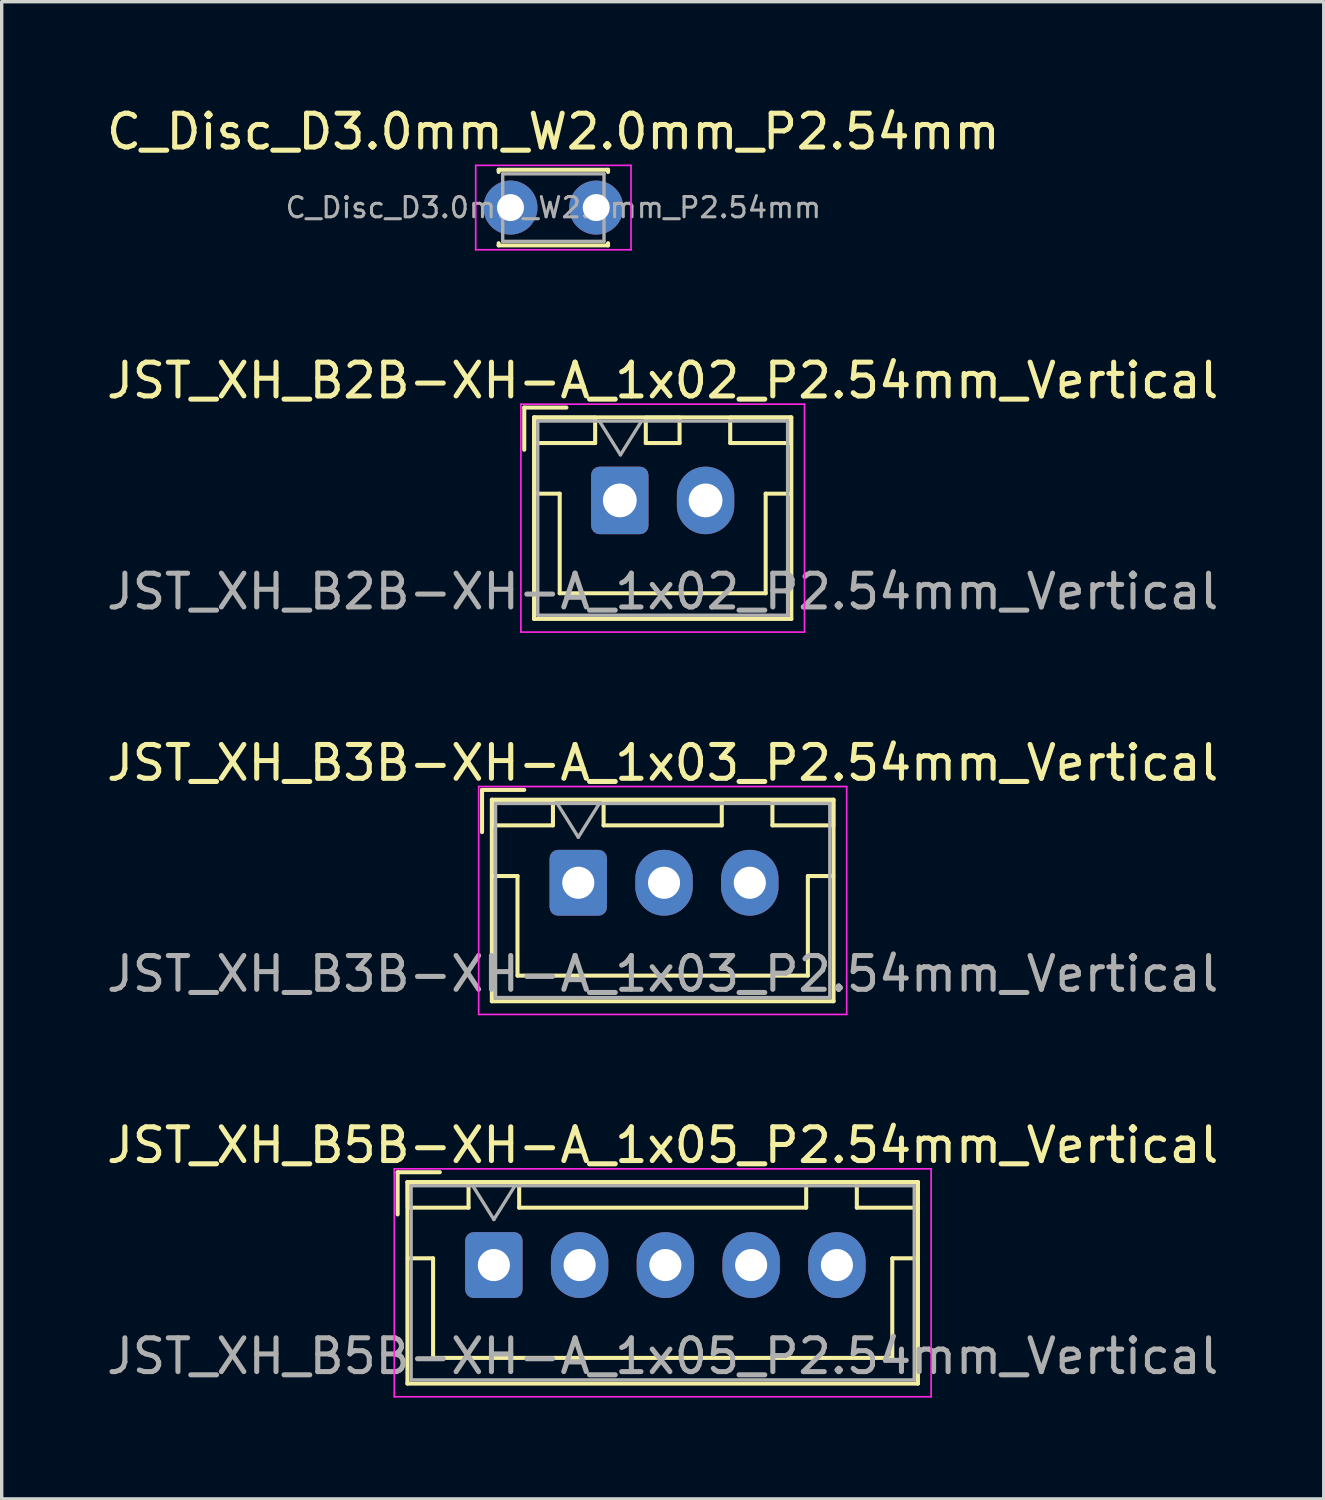
<source format=kicad_pcb>
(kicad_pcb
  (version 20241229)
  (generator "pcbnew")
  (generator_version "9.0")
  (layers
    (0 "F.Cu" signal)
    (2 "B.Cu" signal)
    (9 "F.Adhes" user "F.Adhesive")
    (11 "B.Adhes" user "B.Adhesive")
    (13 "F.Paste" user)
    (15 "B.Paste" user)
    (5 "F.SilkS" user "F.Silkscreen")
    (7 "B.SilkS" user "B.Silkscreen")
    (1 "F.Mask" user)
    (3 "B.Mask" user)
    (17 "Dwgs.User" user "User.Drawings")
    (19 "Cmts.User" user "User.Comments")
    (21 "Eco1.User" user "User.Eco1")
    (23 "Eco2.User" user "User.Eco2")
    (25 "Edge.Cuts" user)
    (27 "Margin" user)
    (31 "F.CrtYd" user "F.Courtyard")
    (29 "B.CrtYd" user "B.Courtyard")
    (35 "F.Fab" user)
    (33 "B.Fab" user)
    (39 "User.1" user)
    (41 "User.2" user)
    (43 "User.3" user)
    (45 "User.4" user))
  (footprint "C_Disc_D3.0mm_W2.0mm_P2.54mm"
    (layer "F.Cu")
    (at 12.089 3.098)
    (property "Reference" "C_Disc_D3.0mm_W2.0mm_P2.54mm" (at 1.25 -2.25 0) (layer "F.SilkS") (effects (font (size 1 1) (thickness 0.15))))
    (attr through_hole)
    (fp_line (start -0.37 -1.12) (end -0.37 -1.055) (stroke (width 0.12) (type solid)) (layer "F.SilkS"))
    (fp_line (start -0.37 -1.12) (end 2.87 -1.12) (stroke (width 0.12) (type solid)) (layer "F.SilkS"))
    (fp_line (start -0.37 1.055) (end -0.37 1.12) (stroke (width 0.12) (type solid)) (layer "F.SilkS"))
    (fp_line (start -0.37 1.12) (end 2.87 1.12) (stroke (width 0.12) (type solid)) (layer "F.SilkS"))
    (fp_line (start 2.87 -1.12) (end 2.87 -1.055) (stroke (width 0.12) (type solid)) (layer "F.SilkS"))
    (fp_line (start 2.87 1.055) (end 2.87 1.12) (stroke (width 0.12) (type solid)) (layer "F.SilkS"))
    (fp_line (start -1.05 -1.25) (end -1.05 1.25) (stroke (width 0.05) (type solid)) (layer "F.CrtYd"))
    (fp_line (start -1.05 1.25) (end 3.55 1.25) (stroke (width 0.05) (type solid)) (layer "F.CrtYd"))
    (fp_line (start 3.55 -1.25) (end -1.05 -1.25) (stroke (width 0.05) (type solid)) (layer "F.CrtYd"))
    (fp_line (start 3.55 1.25) (end 3.55 -1.25) (stroke (width 0.05) (type solid)) (layer "F.CrtYd"))
    (fp_line (start -0.25 -1) (end -0.25 1) (stroke (width 0.1) (type solid)) (layer "F.Fab"))
    (fp_line (start -0.25 1) (end 2.75 1) (stroke (width 0.1) (type solid)) (layer "F.Fab"))
    (fp_line (start 2.75 -1) (end -0.25 -1) (stroke (width 0.1) (type solid)) (layer "F.Fab"))
    (fp_line (start 2.75 1) (end 2.75 -1) (stroke (width 0.1) (type solid)) (layer "F.Fab"))
    (fp_text user "${REFERENCE}" (at 1.25 0 0) (layer "F.Fab") (effects (font (size 0.6 0.6) (thickness 0.09))))
    (pad "1" thru_hole circle (at -0.02 0) (size 1.6 1.6) (drill 0.8) (layers "*.Cu" "*.Mask"))
    (pad "2" thru_hole circle (at 2.52 0) (size 1.6 1.6) (drill 0.8) (layers "*.Cu" "*.Mask")))
  (footprint "JST_XH_B5B-XH-A_1x05_P2.54mm_Vertical"
    (layer "F.Cu")
    (at 11.577 34.418)
    (property "Reference" "JST_XH_B5B-XH-A_1x05_P2.54mm_Vertical" (at 5 -3.55 0) (layer "F.SilkS") (effects (font (size 1 1) (thickness 0.15))))
    (attr through_hole)
    (fp_line (start -2.85 -2.75) (end -2.85 -1.5) (stroke (width 0.12) (type solid)) (layer "F.SilkS"))
    (fp_line (start -2.56 -2.46) (end -2.56 3.51) (stroke (width 0.12) (type solid)) (layer "F.SilkS"))
    (fp_line (start -2.56 3.51) (end 12.56 3.51) (stroke (width 0.12) (type solid)) (layer "F.SilkS"))
    (fp_line (start -2.55 -2.45) (end -2.55 -1.7) (stroke (width 0.12) (type solid)) (layer "F.SilkS"))
    (fp_line (start -2.55 -1.7) (end -0.75 -1.7) (stroke (width 0.12) (type solid)) (layer "F.SilkS"))
    (fp_line (start -2.55 -0.2) (end -1.8 -0.2) (stroke (width 0.12) (type solid)) (layer "F.SilkS"))
    (fp_line (start -1.8 -0.2) (end -1.8 2.75) (stroke (width 0.12) (type solid)) (layer "F.SilkS"))
    (fp_line (start -1.8 2.75) (end 5 2.75) (stroke (width 0.12) (type solid)) (layer "F.SilkS"))
    (fp_line (start -1.6 -2.75) (end -2.85 -2.75) (stroke (width 0.12) (type solid)) (layer "F.SilkS"))
    (fp_line (start -0.75 -2.45) (end -2.55 -2.45) (stroke (width 0.12) (type solid)) (layer "F.SilkS"))
    (fp_line (start -0.75 -1.7) (end -0.75 -2.45) (stroke (width 0.12) (type solid)) (layer "F.SilkS"))
    (fp_line (start 0.75 -2.45) (end 0.75 -1.7) (stroke (width 0.12) (type solid)) (layer "F.SilkS"))
    (fp_line (start 0.75 -1.7) (end 9.25 -1.7) (stroke (width 0.12) (type solid)) (layer "F.SilkS"))
    (fp_line (start 9.25 -2.45) (end 0.75 -2.45) (stroke (width 0.12) (type solid)) (layer "F.SilkS"))
    (fp_line (start 9.25 -1.7) (end 9.25 -2.45) (stroke (width 0.12) (type solid)) (layer "F.SilkS"))
    (fp_line (start 10.75 -2.45) (end 10.75 -1.7) (stroke (width 0.12) (type solid)) (layer "F.SilkS"))
    (fp_line (start 10.75 -1.7) (end 12.55 -1.7) (stroke (width 0.12) (type solid)) (layer "F.SilkS"))
    (fp_line (start 11.8 -0.2) (end 11.8 2.75) (stroke (width 0.12) (type solid)) (layer "F.SilkS"))
    (fp_line (start 11.8 2.75) (end 5 2.75) (stroke (width 0.12) (type solid)) (layer "F.SilkS"))
    (fp_line (start 12.55 -2.45) (end 10.75 -2.45) (stroke (width 0.12) (type solid)) (layer "F.SilkS"))
    (fp_line (start 12.55 -1.7) (end 12.55 -2.45) (stroke (width 0.12) (type solid)) (layer "F.SilkS"))
    (fp_line (start 12.55 -0.2) (end 11.8 -0.2) (stroke (width 0.12) (type solid)) (layer "F.SilkS"))
    (fp_line (start 12.56 -2.46) (end -2.56 -2.46) (stroke (width 0.12) (type solid)) (layer "F.SilkS"))
    (fp_line (start 12.56 3.51) (end 12.56 -2.46) (stroke (width 0.12) (type solid)) (layer "F.SilkS"))
    (fp_line (start -2.95 -2.85) (end -2.95 3.9) (stroke (width 0.05) (type solid)) (layer "F.CrtYd"))
    (fp_line (start -2.95 3.9) (end 12.95 3.9) (stroke (width 0.05) (type solid)) (layer "F.CrtYd"))
    (fp_line (start 12.95 -2.85) (end -2.95 -2.85) (stroke (width 0.05) (type solid)) (layer "F.CrtYd"))
    (fp_line (start 12.95 3.9) (end 12.95 -2.85) (stroke (width 0.05) (type solid)) (layer "F.CrtYd"))
    (fp_line (start -2.45 -2.35) (end -2.45 3.4) (stroke (width 0.1) (type solid)) (layer "F.Fab"))
    (fp_line (start -2.45 3.4) (end 12.45 3.4) (stroke (width 0.1) (type solid)) (layer "F.Fab"))
    (fp_line (start -0.625 -2.35) (end 0 -1.35) (stroke (width 0.1) (type solid)) (layer "F.Fab"))
    (fp_line (start 0 -1.35) (end 0.625 -2.35) (stroke (width 0.1) (type solid)) (layer "F.Fab"))
    (fp_line (start 12.45 -2.35) (end -2.45 -2.35) (stroke (width 0.1) (type solid)) (layer "F.Fab"))
    (fp_line (start 12.45 3.4) (end 12.45 -2.35) (stroke (width 0.1) (type solid)) (layer "F.Fab"))
    (fp_text user "${REFERENCE}" (at 5 2.7 0) (layer "F.Fab") (effects (font (size 1 1) (thickness 0.15))))
    (pad "1" thru_hole roundrect (at 0 0) (size 1.7 1.95) (drill 0.95) (layers "*.Cu" "*.Mask") (roundrect_rratio 0.147))
    (pad "2" thru_hole oval (at 2.54 0) (size 1.7 1.95) (drill 0.95) (layers "*.Cu" "*.Mask"))
    (pad "3" thru_hole oval (at 5.08 0) (size 1.7 1.95) (drill 0.95) (layers "*.Cu" "*.Mask"))
    (pad "4" thru_hole oval (at 7.62 0) (size 1.7 1.95) (drill 0.95) (layers "*.Cu" "*.Mask"))
    (pad "5" thru_hole oval (at 10.16 0) (size 1.7 1.95) (drill 0.95) (layers "*.Cu" "*.Mask")))
  (footprint "JST_XH_B3B-XH-A_1x03_P2.54mm_Vertical"
    (layer "F.Cu")
    (at 14.077 23.095)
    (property "Reference" "JST_XH_B3B-XH-A_1x03_P2.54mm_Vertical" (at 2.5 -3.55 0) (layer "F.SilkS") (effects (font (size 1 1) (thickness 0.15))))
    (attr through_hole)
    (fp_line (start -2.85 -2.75) (end -2.85 -1.5) (stroke (width 0.12) (type solid)) (layer "F.SilkS"))
    (fp_line (start -2.56 -2.46) (end -2.56 3.51) (stroke (width 0.12) (type solid)) (layer "F.SilkS"))
    (fp_line (start -2.56 3.51) (end 7.56 3.51) (stroke (width 0.12) (type solid)) (layer "F.SilkS"))
    (fp_line (start -2.55 -2.45) (end -2.55 -1.7) (stroke (width 0.12) (type solid)) (layer "F.SilkS"))
    (fp_line (start -2.55 -1.7) (end -0.75 -1.7) (stroke (width 0.12) (type solid)) (layer "F.SilkS"))
    (fp_line (start -2.55 -0.2) (end -1.8 -0.2) (stroke (width 0.12) (type solid)) (layer "F.SilkS"))
    (fp_line (start -1.8 -0.2) (end -1.8 2.75) (stroke (width 0.12) (type solid)) (layer "F.SilkS"))
    (fp_line (start -1.8 2.75) (end 2.5 2.75) (stroke (width 0.12) (type solid)) (layer "F.SilkS"))
    (fp_line (start -1.6 -2.75) (end -2.85 -2.75) (stroke (width 0.12) (type solid)) (layer "F.SilkS"))
    (fp_line (start -0.75 -2.45) (end -2.55 -2.45) (stroke (width 0.12) (type solid)) (layer "F.SilkS"))
    (fp_line (start -0.75 -1.7) (end -0.75 -2.45) (stroke (width 0.12) (type solid)) (layer "F.SilkS"))
    (fp_line (start 0.75 -2.45) (end 0.75 -1.7) (stroke (width 0.12) (type solid)) (layer "F.SilkS"))
    (fp_line (start 0.75 -1.7) (end 4.25 -1.7) (stroke (width 0.12) (type solid)) (layer "F.SilkS"))
    (fp_line (start 4.25 -2.45) (end 0.75 -2.45) (stroke (width 0.12) (type solid)) (layer "F.SilkS"))
    (fp_line (start 4.25 -1.7) (end 4.25 -2.45) (stroke (width 0.12) (type solid)) (layer "F.SilkS"))
    (fp_line (start 5.75 -2.45) (end 5.75 -1.7) (stroke (width 0.12) (type solid)) (layer "F.SilkS"))
    (fp_line (start 5.75 -1.7) (end 7.55 -1.7) (stroke (width 0.12) (type solid)) (layer "F.SilkS"))
    (fp_line (start 6.8 -0.2) (end 6.8 2.75) (stroke (width 0.12) (type solid)) (layer "F.SilkS"))
    (fp_line (start 6.8 2.75) (end 2.5 2.75) (stroke (width 0.12) (type solid)) (layer "F.SilkS"))
    (fp_line (start 7.55 -2.45) (end 5.75 -2.45) (stroke (width 0.12) (type solid)) (layer "F.SilkS"))
    (fp_line (start 7.55 -1.7) (end 7.55 -2.45) (stroke (width 0.12) (type solid)) (layer "F.SilkS"))
    (fp_line (start 7.55 -0.2) (end 6.8 -0.2) (stroke (width 0.12) (type solid)) (layer "F.SilkS"))
    (fp_line (start 7.56 -2.46) (end -2.56 -2.46) (stroke (width 0.12) (type solid)) (layer "F.SilkS"))
    (fp_line (start 7.56 3.51) (end 7.56 -2.46) (stroke (width 0.12) (type solid)) (layer "F.SilkS"))
    (fp_line (start -2.95 -2.85) (end -2.95 3.9) (stroke (width 0.05) (type solid)) (layer "F.CrtYd"))
    (fp_line (start -2.95 3.9) (end 7.95 3.9) (stroke (width 0.05) (type solid)) (layer "F.CrtYd"))
    (fp_line (start 7.95 -2.85) (end -2.95 -2.85) (stroke (width 0.05) (type solid)) (layer "F.CrtYd"))
    (fp_line (start 7.95 3.9) (end 7.95 -2.85) (stroke (width 0.05) (type solid)) (layer "F.CrtYd"))
    (fp_line (start -2.45 -2.35) (end -2.45 3.4) (stroke (width 0.1) (type solid)) (layer "F.Fab"))
    (fp_line (start -2.45 3.4) (end 7.45 3.4) (stroke (width 0.1) (type solid)) (layer "F.Fab"))
    (fp_line (start -0.625 -2.35) (end 0 -1.35) (stroke (width 0.1) (type solid)) (layer "F.Fab"))
    (fp_line (start 0 -1.35) (end 0.625 -2.35) (stroke (width 0.1) (type solid)) (layer "F.Fab"))
    (fp_line (start 7.45 -2.35) (end -2.45 -2.35) (stroke (width 0.1) (type solid)) (layer "F.Fab"))
    (fp_line (start 7.45 3.4) (end 7.45 -2.35) (stroke (width 0.1) (type solid)) (layer "F.Fab"))
    (fp_text user "${REFERENCE}" (at 2.5 2.7 0) (layer "F.Fab") (effects (font (size 1 1) (thickness 0.15))))
    (pad "1" thru_hole roundrect (at 0 0) (size 1.7 1.95) (drill 0.95) (layers "*.Cu" "*.Mask") (roundrect_rratio 0.147))
    (pad "2" thru_hole oval (at 2.54 0) (size 1.7 1.95) (drill 0.95) (layers "*.Cu" "*.Mask"))
    (pad "3" thru_hole oval (at 5.08 0) (size 1.7 1.95) (drill 0.95) (layers "*.Cu" "*.Mask")))
  (footprint "JST_XH_B2B-XH-A_1x02_P2.54mm_Vertical"
    (layer "F.Cu")
    (at 15.327 11.771)
    (property "Reference" "JST_XH_B2B-XH-A_1x02_P2.54mm_Vertical" (at 1.25 -3.55 0) (layer "F.SilkS") (effects (font (size 1 1) (thickness 0.15))))
    (attr through_hole)
    (fp_line (start -2.85 -2.75) (end -2.85 -1.5) (stroke (width 0.12) (type solid)) (layer "F.SilkS"))
    (fp_line (start -2.56 -2.46) (end -2.56 3.51) (stroke (width 0.12) (type solid)) (layer "F.SilkS"))
    (fp_line (start -2.56 3.51) (end 5.06 3.51) (stroke (width 0.12) (type solid)) (layer "F.SilkS"))
    (fp_line (start -2.55 -2.45) (end -2.55 -1.7) (stroke (width 0.12) (type solid)) (layer "F.SilkS"))
    (fp_line (start -2.55 -1.7) (end -0.75 -1.7) (stroke (width 0.12) (type solid)) (layer "F.SilkS"))
    (fp_line (start -2.55 -0.2) (end -1.8 -0.2) (stroke (width 0.12) (type solid)) (layer "F.SilkS"))
    (fp_line (start -1.8 -0.2) (end -1.8 2.75) (stroke (width 0.12) (type solid)) (layer "F.SilkS"))
    (fp_line (start -1.8 2.75) (end 1.25 2.75) (stroke (width 0.12) (type solid)) (layer "F.SilkS"))
    (fp_line (start -1.6 -2.75) (end -2.85 -2.75) (stroke (width 0.12) (type solid)) (layer "F.SilkS"))
    (fp_line (start -0.75 -2.45) (end -2.55 -2.45) (stroke (width 0.12) (type solid)) (layer "F.SilkS"))
    (fp_line (start -0.75 -1.7) (end -0.75 -2.45) (stroke (width 0.12) (type solid)) (layer "F.SilkS"))
    (fp_line (start 0.75 -2.45) (end 0.75 -1.7) (stroke (width 0.12) (type solid)) (layer "F.SilkS"))
    (fp_line (start 0.75 -1.7) (end 1.75 -1.7) (stroke (width 0.12) (type solid)) (layer "F.SilkS"))
    (fp_line (start 1.75 -2.45) (end 0.75 -2.45) (stroke (width 0.12) (type solid)) (layer "F.SilkS"))
    (fp_line (start 1.75 -1.7) (end 1.75 -2.45) (stroke (width 0.12) (type solid)) (layer "F.SilkS"))
    (fp_line (start 3.25 -2.45) (end 3.25 -1.7) (stroke (width 0.12) (type solid)) (layer "F.SilkS"))
    (fp_line (start 3.25 -1.7) (end 5.05 -1.7) (stroke (width 0.12) (type solid)) (layer "F.SilkS"))
    (fp_line (start 4.3 -0.2) (end 4.3 2.75) (stroke (width 0.12) (type solid)) (layer "F.SilkS"))
    (fp_line (start 4.3 2.75) (end 1.25 2.75) (stroke (width 0.12) (type solid)) (layer "F.SilkS"))
    (fp_line (start 5.05 -2.45) (end 3.25 -2.45) (stroke (width 0.12) (type solid)) (layer "F.SilkS"))
    (fp_line (start 5.05 -1.7) (end 5.05 -2.45) (stroke (width 0.12) (type solid)) (layer "F.SilkS"))
    (fp_line (start 5.05 -0.2) (end 4.3 -0.2) (stroke (width 0.12) (type solid)) (layer "F.SilkS"))
    (fp_line (start 5.06 -2.46) (end -2.56 -2.46) (stroke (width 0.12) (type solid)) (layer "F.SilkS"))
    (fp_line (start 5.06 3.51) (end 5.06 -2.46) (stroke (width 0.12) (type solid)) (layer "F.SilkS"))
    (fp_line (start -2.95 -2.85) (end -2.95 3.9) (stroke (width 0.05) (type solid)) (layer "F.CrtYd"))
    (fp_line (start -2.95 3.9) (end 5.45 3.9) (stroke (width 0.05) (type solid)) (layer "F.CrtYd"))
    (fp_line (start 5.45 -2.85) (end -2.95 -2.85) (stroke (width 0.05) (type solid)) (layer "F.CrtYd"))
    (fp_line (start 5.45 3.9) (end 5.45 -2.85) (stroke (width 0.05) (type solid)) (layer "F.CrtYd"))
    (fp_line (start -2.45 -2.35) (end -2.45 3.4) (stroke (width 0.1) (type solid)) (layer "F.Fab"))
    (fp_line (start -2.45 3.4) (end 4.95 3.4) (stroke (width 0.1) (type solid)) (layer "F.Fab"))
    (fp_line (start -0.625 -2.35) (end 0 -1.35) (stroke (width 0.1) (type solid)) (layer "F.Fab"))
    (fp_line (start 0 -1.35) (end 0.625 -2.35) (stroke (width 0.1) (type solid)) (layer "F.Fab"))
    (fp_line (start 4.95 -2.35) (end -2.45 -2.35) (stroke (width 0.1) (type solid)) (layer "F.Fab"))
    (fp_line (start 4.95 3.4) (end 4.95 -2.35) (stroke (width 0.1) (type solid)) (layer "F.Fab"))
    (fp_text user "${REFERENCE}" (at 1.25 2.7 0) (layer "F.Fab") (effects (font (size 1 1) (thickness 0.15))))
    (pad "1" thru_hole roundrect (at -0.02 0) (size 1.7 2) (drill 1) (layers "*.Cu" "*.Mask") (roundrect_rratio 0.147))
    (pad "2" thru_hole oval (at 2.52 0) (size 1.7 2) (drill 1) (layers "*.Cu" "*.Mask")))
  (gr_rect
    (start -3 -3)
    (end 36.155 41.343)
    (stroke (width 0.1) (type default))
    (fill no)
    (layer "Edge.Cuts")))
</source>
